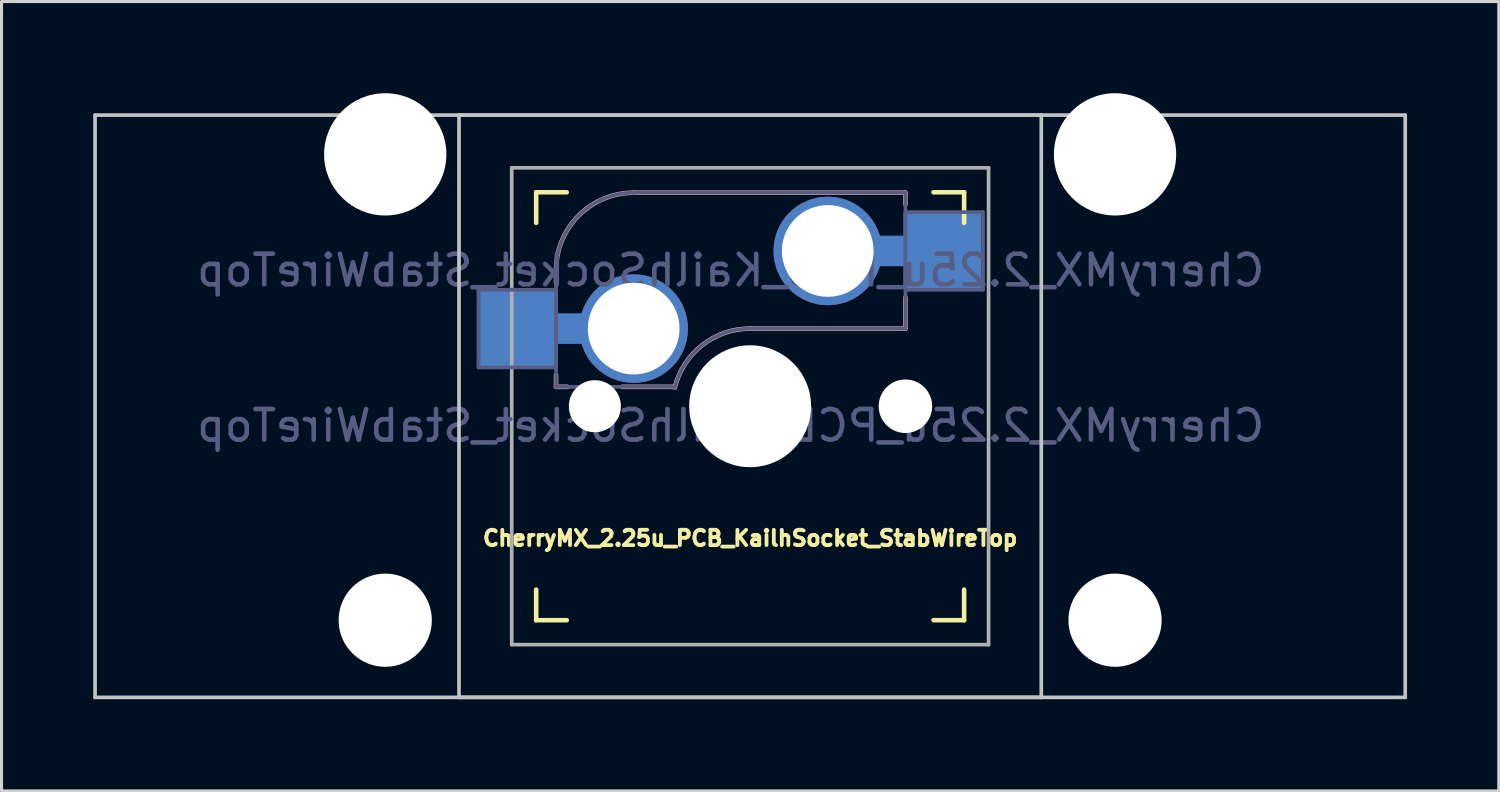
<source format=kicad_pcb>
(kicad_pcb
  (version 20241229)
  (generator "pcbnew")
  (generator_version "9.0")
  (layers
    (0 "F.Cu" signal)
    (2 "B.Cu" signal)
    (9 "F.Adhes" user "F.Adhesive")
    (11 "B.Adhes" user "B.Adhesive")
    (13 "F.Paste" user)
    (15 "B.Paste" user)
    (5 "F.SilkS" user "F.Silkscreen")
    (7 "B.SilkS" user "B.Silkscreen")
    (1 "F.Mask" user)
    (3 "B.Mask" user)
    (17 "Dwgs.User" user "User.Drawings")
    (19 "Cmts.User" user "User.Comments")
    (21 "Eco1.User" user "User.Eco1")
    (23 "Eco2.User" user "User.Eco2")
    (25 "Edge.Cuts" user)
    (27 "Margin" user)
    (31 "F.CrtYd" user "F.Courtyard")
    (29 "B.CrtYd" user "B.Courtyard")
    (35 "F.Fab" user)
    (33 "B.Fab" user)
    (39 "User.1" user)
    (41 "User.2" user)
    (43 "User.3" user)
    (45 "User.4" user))
  (footprint "CherryMX_2.25u_PCB_KailhSocket_StabWireTop"
    (layer "F.Cu")
    (at 21.491 10.24)
    (property "Reference" "CherryMX_2.25u_PCB_KailhSocket_StabWireTop" (at 0 4.318 0) (layer "F.SilkS") (effects (font (size 0.5 0.5) (thickness 0.125))))
    (property "Value" "CherryMX_2.25u_PCB_KailhSocket_StabWireTop" (at 0 8.662 0) (layer "F.Fab") (hide yes) (effects (font (size 1 1) (thickness 0.15))))
    (attr through_hole)
    (fp_line (start -7 -6) (end -7 -7) (stroke (width 0.15) (type solid)) (layer "F.SilkS"))
    (fp_line (start -7 7) (end -7 6) (stroke (width 0.15) (type solid)) (layer "F.SilkS"))
    (fp_line (start -7 7) (end -6 7) (stroke (width 0.15) (type solid)) (layer "F.SilkS"))
    (fp_line (start -6 -7) (end -7 -7) (stroke (width 0.15) (type solid)) (layer "F.SilkS"))
    (fp_line (start 6 7) (end 7 7) (stroke (width 0.15) (type solid)) (layer "F.SilkS"))
    (fp_line (start 7 -7) (end 6 -7) (stroke (width 0.15) (type solid)) (layer "F.SilkS"))
    (fp_line (start 7 -7) (end 7 -6) (stroke (width 0.15) (type solid)) (layer "F.SilkS"))
    (fp_line (start 7 6) (end 7 7) (stroke (width 0.15) (type solid)) (layer "F.SilkS"))
    (fp_line (start -6.35 -4.445) (end -6.35 -4.064) (stroke (width 0.15) (type solid)) (layer "B.SilkS"))
    (fp_line (start -6.35 -1.016) (end -6.35 -0.635) (stroke (width 0.15) (type solid)) (layer "B.SilkS"))
    (fp_line (start -5.969 -0.635) (end -6.35 -0.635) (stroke (width 0.15) (type solid)) (layer "B.SilkS"))
    (fp_line (start -3.81 -6.985) (end 5.08 -6.985) (stroke (width 0.15) (type solid)) (layer "B.SilkS"))
    (fp_line (start -2.464 -0.635) (end -4.191 -0.635) (stroke (width 0.15) (type solid)) (layer "B.SilkS"))
    (fp_line (start 5.08 -6.985) (end 5.08 -6.604) (stroke (width 0.15) (type solid)) (layer "B.SilkS"))
    (fp_line (start 5.08 -3.556) (end 5.08 -2.54) (stroke (width 0.15) (type solid)) (layer "B.SilkS"))
    (fp_line (start 5.08 -2.54) (end 0 -2.54) (stroke (width 0.15) (type solid)) (layer "B.SilkS"))
    (fp_arc (start -6.35 -4.445) (mid -5.606051 -6.241051) (end -3.81 -6.985) (stroke (width 0.15) (type solid)) (layer "B.SilkS"))
    (fp_arc (start -2.464162 -0.61604) (mid -1.563147 -2.002042) (end 0 -2.54) (stroke (width 0.15) (type solid)) (layer "B.SilkS"))
    (fp_line (start -21.431 -9.525) (end 21.431 -9.525) (stroke (width 0.12) (type solid)) (layer "Dwgs.User"))
    (fp_line (start -21.431 9.525) (end -21.431 -9.525) (stroke (width 0.12) (type solid)) (layer "Dwgs.User"))
    (fp_line (start -9.525 -9.525) (end 9.525 -9.525) (stroke (width 0.12) (type solid)) (layer "Dwgs.User"))
    (fp_line (start -9.525 9.525) (end -9.525 -9.525) (stroke (width 0.12) (type solid)) (layer "Dwgs.User"))
    (fp_line (start 9.525 -9.525) (end 9.525 9.525) (stroke (width 0.12) (type solid)) (layer "Dwgs.User"))
    (fp_line (start 9.525 9.525) (end -9.525 9.525) (stroke (width 0.12) (type solid)) (layer "Dwgs.User"))
    (fp_line (start 21.431 -9.525) (end 21.431 9.525) (stroke (width 0.12) (type solid)) (layer "Dwgs.User"))
    (fp_line (start 21.431 9.525) (end -21.431 9.525) (stroke (width 0.12) (type solid)) (layer "Dwgs.User"))
    (fp_line (start -6.9 6.9) (end -6.9 -6.9) (stroke (width 0.15) (type solid)) (layer "Eco2.User"))
    (fp_line (start -6.9 6.9) (end 6.9 6.9) (stroke (width 0.15) (type solid)) (layer "Eco2.User"))
    (fp_line (start 6.9 -6.9) (end -6.9 -6.9) (stroke (width 0.15) (type solid)) (layer "Eco2.User"))
    (fp_line (start 6.9 -6.9) (end 6.9 6.9) (stroke (width 0.15) (type solid)) (layer "Eco2.User"))
    (fp_line (start -8.89 -3.81) (end -6.35 -3.81) (stroke (width 0.12) (type solid)) (layer "B.Fab"))
    (fp_line (start -8.89 -1.27) (end -8.89 -3.81) (stroke (width 0.12) (type solid)) (layer "B.Fab"))
    (fp_line (start -6.35 -1.27) (end -8.89 -1.27) (stroke (width 0.12) (type solid)) (layer "B.Fab"))
    (fp_line (start -6.35 -0.635) (end -6.35 -4.445) (stroke (width 0.12) (type solid)) (layer "B.Fab"))
    (fp_line (start -6.35 -0.635) (end -2.54 -0.635) (stroke (width 0.12) (type solid)) (layer "B.Fab"))
    (fp_line (start -3.81 -6.985) (end 5.08 -6.985) (stroke (width 0.12) (type solid)) (layer "B.Fab"))
    (fp_line (start 5.08 -6.985) (end 5.08 -2.54) (stroke (width 0.12) (type solid)) (layer "B.Fab"))
    (fp_line (start 5.08 -6.35) (end 7.62 -6.35) (stroke (width 0.12) (type solid)) (layer "B.Fab"))
    (fp_line (start 5.08 -2.54) (end 0 -2.54) (stroke (width 0.12) (type solid)) (layer "B.Fab"))
    (fp_line (start 7.62 -6.35) (end 7.62 -3.81) (stroke (width 0.12) (type solid)) (layer "B.Fab"))
    (fp_line (start 7.62 -3.81) (end 5.08 -3.81) (stroke (width 0.12) (type solid)) (layer "B.Fab"))
    (fp_arc (start -6.35 -4.445) (mid -5.606051 -6.241051) (end -3.81 -6.985) (stroke (width 0.12) (type solid)) (layer "B.Fab"))
    (fp_arc (start -2.464162 -0.61604) (mid -1.563147 -2.002042) (end 0 -2.54) (stroke (width 0.12) (type solid)) (layer "B.Fab"))
    (fp_line (start -7.8 -7.8) (end -7.8 7.8) (stroke (width 0.12) (type solid)) (layer "F.Fab"))
    (fp_line (start -7.8 -7.8) (end 7.8 -7.8) (stroke (width 0.12) (type solid)) (layer "F.Fab"))
    (fp_line (start -7.8 7.8) (end 7.8 7.8) (stroke (width 0.12) (type solid)) (layer "F.Fab"))
    (fp_line (start 7.8 -7.8) (end 7.8 7.8) (stroke (width 0.12) (type solid)) (layer "F.Fab"))
    (fp_text user "${VALUE}" (at -0.635 0.635 0) (layer "B.Fab") (effects (font (size 1 1) (thickness 0.15)) (justify mirror)))
    (fp_text user "${REFERENCE}" (at -0.635 -4.445 0) (layer "B.Fab") (effects (font (size 1 1) (thickness 0.15)) (justify mirror)))
    (pad "" np_thru_hole circle (at -11.938 -8.24) (size 4 4) (drill 4) (layers "*.Cu" "*.Mask"))
    (pad "" np_thru_hole circle (at -11.938 7) (size 3.05 3.05) (drill 3.05) (layers "*.Cu" "*.Mask"))
    (pad "" np_thru_hole circle (at -5.08 0) (size 1.702 1.702) (drill 1.702) (layers "*.Cu" "*.Mask"))
    (pad "" np_thru_hole circle (at 0 0) (size 3.988 3.988) (drill 3.988) (layers "*.Cu" "*.Mask"))
    (pad "" np_thru_hole circle (at 5.08 0) (size 1.702 1.702) (drill 1.702) (layers "*.Cu" "*.Mask"))
    (pad "" np_thru_hole circle (at 5.08 0) (size 1.75 1.75) (drill 1.75) (layers "*.Cu" "*.Mask"))
    (pad "" np_thru_hole circle (at 11.938 -8.24) (size 4 4) (drill 4) (layers "*.Cu" "*.Mask"))
    (pad "" np_thru_hole circle (at 11.938 7) (size 3.05 3.05) (drill 3.05) (layers "*.Cu" "*.Mask"))
    (pad "1" smd rect (at -7.56 -2.54) (size 2.55 2.5) (layers "B.Cu" "B.Mask" "B.Paste"))
    (pad "1" connect rect (at -5.715 -2.54 90) (size 1 2.5) (layers "B.Cu"))
    (pad "1" thru_hole circle (at -3.81 -2.54) (size 3.55 3.55) (drill 3) (layers "*.Cu"))
    (pad "2" thru_hole circle (at 2.54 -5.08) (size 3.55 3.55) (drill 3) (layers "*.Cu"))
    (pad "2" connect rect (at 5.015 -5.08 270) (size 1 2.5) (layers "B.Cu"))
    (pad "2" smd rect (at 6.29 -5.08) (size 2.55 2.5) (layers "B.Cu" "B.Mask" "B.Paste")))
  (gr_rect
    (start -3 -3)
    (end 45.983 22.825)
    (stroke (width 0.1) (type default))
    (fill no)
    (layer "Edge.Cuts")))
</source>
